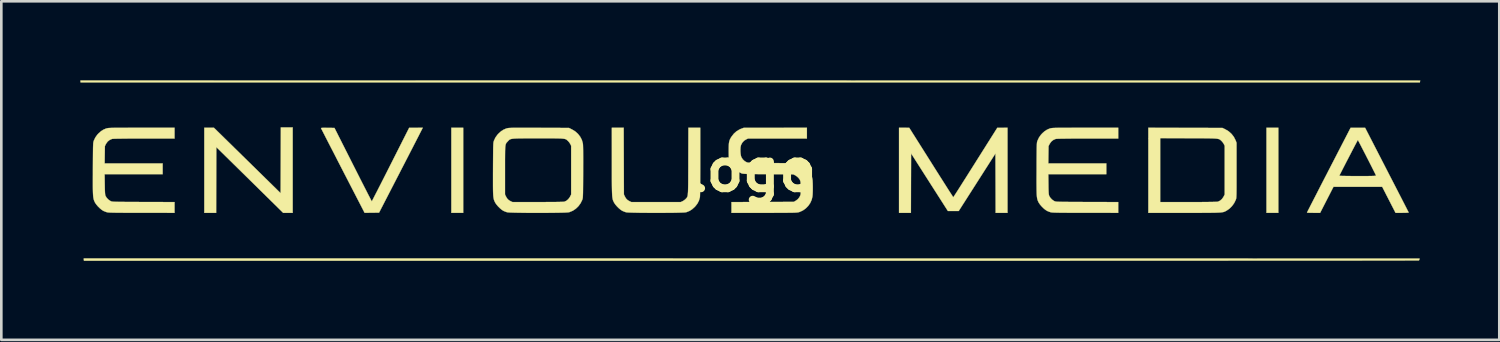
<source format=kicad_pcb>
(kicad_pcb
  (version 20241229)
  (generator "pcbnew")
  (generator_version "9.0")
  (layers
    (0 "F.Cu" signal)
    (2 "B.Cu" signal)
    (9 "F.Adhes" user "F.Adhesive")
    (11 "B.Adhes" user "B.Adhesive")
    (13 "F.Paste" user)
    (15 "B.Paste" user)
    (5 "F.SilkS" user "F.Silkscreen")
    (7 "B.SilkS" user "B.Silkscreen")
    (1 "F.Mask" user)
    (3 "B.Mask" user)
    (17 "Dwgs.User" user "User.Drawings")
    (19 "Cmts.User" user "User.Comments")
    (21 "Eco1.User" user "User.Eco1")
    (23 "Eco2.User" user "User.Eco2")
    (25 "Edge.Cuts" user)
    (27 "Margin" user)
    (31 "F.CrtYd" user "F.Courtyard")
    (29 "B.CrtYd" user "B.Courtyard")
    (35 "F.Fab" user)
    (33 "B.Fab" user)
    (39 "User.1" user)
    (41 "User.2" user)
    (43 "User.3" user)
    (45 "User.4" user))
  (footprint "logo"
    (layer "F.Cu")
    (at 25.466 3.411)
    (property "Reference" "logo" (at 0 0 0) (layer "F.SilkS") (effects (font (size 1.524 1.524) (thickness 0.3))))
    (attr through_hole)
    (fp_poly (pts (xy -10.922 1.623) (xy -11.374 1.623) (xy -11.374 -1.609) (xy -10.922 -1.609) (xy -10.922 1.623)) (stroke (width 0.01) (type solid)) (fill yes) (layer "F.SilkS"))
    (fp_poly (pts (xy 20.038 1.623) (xy 19.586 1.623) (xy 19.586 -1.609) (xy 20.038 -1.609) (xy 20.038 1.623)) (stroke (width 0.01) (type solid)) (fill yes) (layer "F.SilkS"))
    (fp_poly (pts (xy -17.399 1.623) (xy -17.762 1.623) (xy -19.03 0.375) (xy -20.299 -0.873) (xy -20.302 0.375) (xy -20.306 1.623) (xy -20.757 1.623) (xy -20.757 -1.609) (xy -20.391 -1.609) (xy -19.124 -0.367) (xy -17.858 0.875) (xy -17.85 -1.623) (xy -17.399 -1.623) (xy -17.399 1.623)) (stroke (width 0.01) (type solid)) (fill yes) (layer "F.SilkS"))
    (fp_poly (pts (xy 9.751 1.623) (xy 9.299 1.623) (xy 9.296 0.496) (xy 9.292 -0.63) (xy 7.898 1.552) (xy 7.485 1.552) (xy 6.787 0.46) (xy 6.089 -0.633) (xy 6.085 0.495) (xy 6.082 1.623) (xy 5.63 1.623) (xy 5.63 -1.609) (xy 6.018 -1.608) (xy 6.851 -0.289) (xy 6.961 -0.114) (xy 7.068 0.055) (xy 7.169 0.215) (xy 7.265 0.365) (xy 7.353 0.504) (xy 7.433 0.63) (xy 7.504 0.742) (xy 7.565 0.837) (xy 7.616 0.915) (xy 7.654 0.974) (xy 7.679 1.013) (xy 7.691 1.03) (xy 7.691 1.03) (xy 7.7 1.018) (xy 7.722 0.984) (xy 7.758 0.929) (xy 7.806 0.855) (xy 7.865 0.763) (xy 7.934 0.655) (xy 8.012 0.532) (xy 8.098 0.396) (xy 8.192 0.248) (xy 8.292 0.089) (xy 8.398 -0.078) (xy 8.508 -0.252) (xy 8.531 -0.289) (xy 9.363 -1.608) (xy 9.557 -1.608) (xy 9.751 -1.609) (xy 9.751 1.623)) (stroke (width 0.01) (type solid)) (fill yes) (layer "F.SilkS"))
    (fp_poly (pts (xy -16.009 -3.406) (xy -15.385 -3.406) (xy -14.746 -3.406) (xy -14.092 -3.406) (xy -13.424 -3.406) (xy -12.741 -3.406) (xy -12.045 -3.405) (xy -11.336 -3.405) (xy -10.614 -3.405) (xy -9.88 -3.405) (xy -9.135 -3.405) (xy -8.378 -3.405) (xy -7.61 -3.405) (xy -6.832 -3.405) (xy -6.044 -3.405) (xy -5.246 -3.405) (xy -4.439 -3.405) (xy -3.624 -3.405) (xy -2.8 -3.405) (xy -1.969 -3.405) (xy -1.13 -3.404) (xy -0.285 -3.404) (xy -0.009 -3.404) (xy 25.424 -3.401) (xy 25.411 -3.33) (xy -25.453 -3.33) (xy -25.46 -3.365) (xy -25.461 -3.393) (xy -25.454 -3.404) (xy -25.44 -3.404) (xy -25.398 -3.404) (xy -25.328 -3.404) (xy -25.232 -3.404) (xy -25.109 -3.404) (xy -24.96 -3.405) (xy -24.786 -3.405) (xy -24.586 -3.405) (xy -24.362 -3.405) (xy -24.113 -3.405) (xy -23.841 -3.405) (xy -23.546 -3.405) (xy -23.227 -3.405) (xy -22.887 -3.405) (xy -22.524 -3.405) (xy -22.139 -3.405) (xy -21.734 -3.405) (xy -21.308 -3.405) (xy -20.862 -3.405) (xy -20.396 -3.406) (xy -19.91 -3.406) (xy -19.406 -3.406) (xy -18.883 -3.406) (xy -18.343 -3.406) (xy -17.784 -3.406) (xy -17.209 -3.406) (xy -16.617 -3.406) (xy -16.009 -3.406)) (stroke (width 0.01) (type solid)) (fill yes) (layer "F.SilkS"))
    (fp_poly (pts (xy -12.684 -1.168) (xy -12.725 -1.088) (xy -12.778 -0.986) (xy -12.84 -0.864) (xy -12.912 -0.725) (xy -12.99 -0.573) (xy -13.075 -0.408) (xy -13.164 -0.235) (xy -13.257 -0.056) (xy -13.35 0.126) (xy -13.445 0.309) (xy -13.515 0.445) (xy -14.119 1.616) (xy -14.394 1.619) (xy -14.668 1.622) (xy -15.494 0.022) (xy -15.596 -0.177) (xy -15.695 -0.368) (xy -15.789 -0.552) (xy -15.878 -0.725) (xy -15.962 -0.887) (xy -16.039 -1.036) (xy -16.108 -1.171) (xy -16.169 -1.29) (xy -16.221 -1.392) (xy -16.263 -1.474) (xy -16.295 -1.536) (xy -16.316 -1.577) (xy -16.324 -1.594) (xy -16.324 -1.594) (xy -16.315 -1.6) (xy -16.283 -1.604) (xy -16.227 -1.606) (xy -16.144 -1.606) (xy -16.071 -1.605) (xy -15.812 -1.602) (xy -15.108 -0.208) (xy -15.014 -0.023) (xy -14.924 0.155) (xy -14.839 0.324) (xy -14.758 0.483) (xy -14.683 0.629) (xy -14.615 0.762) (xy -14.555 0.88) (xy -14.503 0.981) (xy -14.46 1.064) (xy -14.428 1.126) (xy -14.406 1.167) (xy -14.396 1.185) (xy -14.395 1.185) (xy -14.388 1.173) (xy -14.368 1.137) (xy -14.338 1.079) (xy -14.298 1) (xy -14.248 0.903) (xy -14.189 0.789) (xy -14.123 0.659) (xy -14.049 0.515) (xy -13.97 0.359) (xy -13.885 0.192) (xy -13.796 0.016) (xy -13.703 -0.168) (xy -13.681 -0.211) (xy -12.975 -1.608) (xy -12.717 -1.608) (xy -12.458 -1.609) (xy -12.684 -1.168)) (stroke (width 0.01) (type solid)) (fill yes) (layer "F.SilkS"))
    (fp_poly (pts (xy 16.506 -1.605) (xy 17.914 -1.602) (xy 18.024 -1.549) (xy 18.149 -1.474) (xy 18.258 -1.377) (xy 18.347 -1.262) (xy 18.414 -1.132) (xy 18.418 -1.121) (xy 18.45 -1.037) (xy 18.45 0.007) (xy 18.45 0.204) (xy 18.45 0.374) (xy 18.45 0.52) (xy 18.45 0.644) (xy 18.449 0.748) (xy 18.448 0.834) (xy 18.447 0.904) (xy 18.445 0.96) (xy 18.443 1.005) (xy 18.441 1.039) (xy 18.438 1.066) (xy 18.434 1.086) (xy 18.429 1.104) (xy 18.424 1.119) (xy 18.419 1.132) (xy 18.361 1.251) (xy 18.282 1.361) (xy 18.188 1.457) (xy 18.083 1.532) (xy 18.067 1.541) (xy 18.043 1.554) (xy 18.021 1.566) (xy 17.999 1.576) (xy 17.975 1.585) (xy 17.948 1.593) (xy 17.915 1.599) (xy 17.876 1.605) (xy 17.828 1.61) (xy 17.769 1.613) (xy 17.699 1.616) (xy 17.614 1.619) (xy 17.513 1.62) (xy 17.395 1.621) (xy 17.258 1.622) (xy 17.099 1.623) (xy 16.918 1.623) (xy 16.712 1.623) (xy 16.48 1.623) (xy 15.099 1.623) (xy 15.099 1.214) (xy 15.55 1.214) (xy 16.619 1.213) (xy 16.845 1.213) (xy 17.047 1.213) (xy 17.224 1.212) (xy 17.376 1.21) (xy 17.503 1.209) (xy 17.604 1.206) (xy 17.677 1.204) (xy 17.724 1.201) (xy 17.741 1.199) (xy 17.817 1.164) (xy 17.887 1.107) (xy 17.944 1.032) (xy 17.956 1.009) (xy 17.999 0.926) (xy 17.999 -0.924) (xy 17.966 -0.991) (xy 17.934 -1.042) (xy 17.893 -1.092) (xy 17.876 -1.109) (xy 17.857 -1.126) (xy 17.84 -1.142) (xy 17.823 -1.155) (xy 17.805 -1.166) (xy 17.783 -1.176) (xy 17.756 -1.184) (xy 17.721 -1.19) (xy 17.676 -1.196) (xy 17.62 -1.2) (xy 17.551 -1.203) (xy 17.466 -1.205) (xy 17.363 -1.207) (xy 17.241 -1.208) (xy 17.098 -1.209) (xy 16.932 -1.209) (xy 16.74 -1.21) (xy 16.633 -1.21) (xy 15.55 -1.214) (xy 15.55 1.214) (xy 15.099 1.214) (xy 15.099 -1.609) (xy 16.506 -1.605)) (stroke (width 0.01) (type solid)) (fill yes) (layer "F.SilkS"))
    (fp_poly (pts (xy -4.823 -0.342) (xy -4.819 0.924) (xy -4.786 0.995) (xy -4.74 1.076) (xy -4.681 1.136) (xy -4.607 1.18) (xy -4.537 1.213) (xy -2.66 1.213) (xy -2.589 1.18) (xy -2.538 1.15) (xy -2.489 1.111) (xy -2.471 1.093) (xy -2.455 1.076) (xy -2.442 1.061) (xy -2.429 1.046) (xy -2.419 1.029) (xy -2.41 1.01) (xy -2.402 0.985) (xy -2.396 0.953) (xy -2.391 0.913) (xy -2.387 0.862) (xy -2.383 0.799) (xy -2.381 0.722) (xy -2.379 0.63) (xy -2.377 0.519) (xy -2.376 0.389) (xy -2.376 0.238) (xy -2.375 0.064) (xy -2.374 -0.135) (xy -2.374 -0.335) (xy -2.37 -1.609) (xy -1.919 -1.609) (xy -1.919 -0.327) (xy -1.919 -0.065) (xy -1.92 0.169) (xy -1.921 0.375) (xy -1.922 0.553) (xy -1.923 0.704) (xy -1.925 0.827) (xy -1.928 0.922) (xy -1.93 0.99) (xy -1.933 1.031) (xy -1.934 1.038) (xy -1.97 1.162) (xy -2.03 1.277) (xy -2.117 1.386) (xy -2.137 1.406) (xy -2.228 1.487) (xy -2.32 1.547) (xy -2.421 1.589) (xy -2.465 1.602) (xy -2.496 1.606) (xy -2.553 1.61) (xy -2.632 1.613) (xy -2.731 1.616) (xy -2.847 1.619) (xy -2.977 1.621) (xy -3.119 1.622) (xy -3.269 1.623) (xy -3.425 1.624) (xy -3.585 1.624) (xy -3.744 1.624) (xy -3.902 1.623) (xy -4.053 1.622) (xy -4.197 1.621) (xy -4.33 1.618) (xy -4.45 1.616) (xy -4.553 1.613) (xy -4.636 1.61) (xy -4.698 1.606) (xy -4.735 1.602) (xy -4.74 1.6) (xy -4.799 1.581) (xy -4.862 1.555) (xy -4.888 1.542) (xy -4.948 1.502) (xy -5.015 1.446) (xy -5.081 1.38) (xy -5.141 1.311) (xy -5.185 1.247) (xy -5.196 1.227) (xy -5.21 1.2) (xy -5.221 1.175) (xy -5.232 1.15) (xy -5.241 1.122) (xy -5.248 1.09) (xy -5.255 1.052) (xy -5.26 1.007) (xy -5.265 0.952) (xy -5.268 0.886) (xy -5.271 0.807) (xy -5.273 0.713) (xy -5.275 0.602) (xy -5.276 0.472) (xy -5.277 0.322) (xy -5.277 0.15) (xy -5.277 -0.047) (xy -5.277 -0.269) (xy -5.277 -0.328) (xy -5.278 -1.609) (xy -4.827 -1.609) (xy -4.823 -0.342)) (stroke (width 0.01) (type solid)) (fill yes) (layer "F.SilkS"))
    (fp_poly (pts (xy 23.058 -1.608) (xy 23.333 -1.608) (xy 24.158 -0.005) (xy 24.26 0.194) (xy 24.359 0.385) (xy 24.454 0.569) (xy 24.543 0.742) (xy 24.626 0.904) (xy 24.703 1.053) (xy 24.772 1.188) (xy 24.833 1.307) (xy 24.885 1.408) (xy 24.927 1.491) (xy 24.959 1.553) (xy 24.98 1.593) (xy 24.988 1.61) (xy 24.988 1.61) (xy 24.977 1.614) (xy 24.941 1.618) (xy 24.885 1.621) (xy 24.813 1.622) (xy 24.741 1.623) (xy 24.489 1.623) (xy 24.235 1.129) (xy 23.982 0.635) (xy 22.131 0.635) (xy 21.878 1.129) (xy 21.625 1.623) (xy 21.375 1.623) (xy 21.294 1.622) (xy 21.224 1.621) (xy 21.17 1.619) (xy 21.135 1.616) (xy 21.124 1.614) (xy 21.131 1.6) (xy 21.149 1.563) (xy 21.179 1.504) (xy 21.22 1.424) (xy 21.27 1.326) (xy 21.33 1.209) (xy 21.398 1.077) (xy 21.474 0.93) (xy 21.556 0.769) (xy 21.644 0.597) (xy 21.738 0.415) (xy 21.836 0.225) (xy 21.843 0.213) (xy 22.354 0.213) (xy 22.367 0.216) (xy 22.406 0.218) (xy 22.47 0.221) (xy 22.555 0.222) (xy 22.662 0.224) (xy 22.787 0.225) (xy 22.929 0.226) (xy 23.05 0.226) (xy 23.212 0.226) (xy 23.347 0.225) (xy 23.458 0.225) (xy 23.548 0.224) (xy 23.618 0.222) (xy 23.67 0.22) (xy 23.707 0.218) (xy 23.73 0.215) (xy 23.743 0.211) (xy 23.747 0.207) (xy 23.747 0.206) (xy 23.739 0.189) (xy 23.721 0.15) (xy 23.692 0.092) (xy 23.655 0.018) (xy 23.611 -0.069) (xy 23.562 -0.167) (xy 23.508 -0.273) (xy 23.452 -0.383) (xy 23.394 -0.496) (xy 23.337 -0.608) (xy 23.281 -0.716) (xy 23.228 -0.819) (xy 23.18 -0.912) (xy 23.138 -0.993) (xy 23.103 -1.059) (xy 23.077 -1.108) (xy 23.061 -1.136) (xy 23.057 -1.143) (xy 23.049 -1.131) (xy 23.031 -1.096) (xy 23.002 -1.042) (xy 22.965 -0.972) (xy 22.92 -0.887) (xy 22.87 -0.791) (xy 22.816 -0.687) (xy 22.759 -0.577) (xy 22.701 -0.465) (xy 22.642 -0.352) (xy 22.586 -0.243) (xy 22.532 -0.138) (xy 22.483 -0.043) (xy 22.44 0.042) (xy 22.404 0.113) (xy 22.376 0.167) (xy 22.359 0.202) (xy 22.354 0.213) (xy 21.843 0.213) (xy 21.938 0.027) (xy 21.953 -0.002) (xy 22.782 -1.608) (xy 23.058 -1.608)) (stroke (width 0.01) (type solid)) (fill yes) (layer "F.SilkS"))
    (fp_poly (pts (xy -18.764 3.353) (xy -18.223 3.353) (xy -17.665 3.353) (xy -17.09 3.353) (xy -16.499 3.353) (xy -15.891 3.353) (xy -15.267 3.353) (xy -14.629 3.353) (xy -13.975 3.353) (xy -13.307 3.354) (xy -12.625 3.354) (xy -11.929 3.354) (xy -11.221 3.354) (xy -10.499 3.354) (xy -9.766 3.354) (xy -9.021 3.354) (xy -8.265 3.354) (xy -7.497 3.354) (xy -6.72 3.354) (xy -5.932 3.354) (xy -5.135 3.354) (xy -4.329 3.354) (xy -3.514 3.354) (xy -2.691 3.355) (xy -1.861 3.355) (xy -1.023 3.355) (xy -0.178 3.355) (xy 0.039 3.355) (xy 25.4 3.358) (xy 25.396 3.39) (xy 25.385 3.419) (xy 25.372 3.432) (xy 25.357 3.432) (xy 25.315 3.432) (xy 25.245 3.432) (xy 25.148 3.433) (xy 25.025 3.433) (xy 24.876 3.433) (xy 24.701 3.434) (xy 24.501 3.434) (xy 24.277 3.434) (xy 24.028 3.435) (xy 23.756 3.435) (xy 23.46 3.435) (xy 23.141 3.436) (xy 22.8 3.436) (xy 22.437 3.436) (xy 22.053 3.436) (xy 21.647 3.437) (xy 21.221 3.437) (xy 20.774 3.437) (xy 20.308 3.437) (xy 19.823 3.438) (xy 19.318 3.438) (xy 18.796 3.438) (xy 18.255 3.438) (xy 17.697 3.439) (xy 17.122 3.439) (xy 16.53 3.439) (xy 15.922 3.439) (xy 15.298 3.44) (xy 14.659 3.44) (xy 14.005 3.44) (xy 13.337 3.44) (xy 12.655 3.44) (xy 11.959 3.441) (xy 11.25 3.441) (xy 10.529 3.441) (xy 9.795 3.441) (xy 9.05 3.441) (xy 8.294 3.441) (xy 7.526 3.441) (xy 6.749 3.442) (xy 5.961 3.442) (xy 5.164 3.442) (xy 4.358 3.442) (xy 3.543 3.442) (xy 2.721 3.442) (xy 1.89 3.442) (xy 1.052 3.442) (xy 0.208 3.442) (xy 0.012 3.442) (xy -25.326 3.443) (xy -25.333 3.4) (xy -25.335 3.369) (xy -25.331 3.354) (xy -25.331 3.354) (xy -25.316 3.354) (xy -25.274 3.354) (xy -25.205 3.354) (xy -25.108 3.354) (xy -24.986 3.354) (xy -24.837 3.354) (xy -24.663 3.354) (xy -24.463 3.354) (xy -24.239 3.354) (xy -23.991 3.354) (xy -23.719 3.354) (xy -23.424 3.353) (xy -23.106 3.353) (xy -22.765 3.353) (xy -22.402 3.353) (xy -22.018 3.353) (xy -21.613 3.353) (xy -21.187 3.353) (xy -20.741 3.353) (xy -20.275 3.353) (xy -19.79 3.353) (xy -19.286 3.353) (xy -18.764 3.353)) (stroke (width 0.01) (type solid)) (fill yes) (layer "F.SilkS"))
    (fp_poly (pts (xy -21.886 -1.199) (xy -23.047 -1.199) (xy -23.279 -1.199) (xy -23.488 -1.199) (xy -23.673 -1.198) (xy -23.835 -1.196) (xy -23.971 -1.195) (xy -24.082 -1.193) (xy -24.167 -1.191) (xy -24.226 -1.188) (xy -24.257 -1.186) (xy -24.26 -1.185) (xy -24.349 -1.146) (xy -24.426 -1.085) (xy -24.484 -1.006) (xy -24.49 -0.996) (xy -24.532 -0.912) (xy -24.537 -0.583) (xy -24.541 -0.254) (xy -22.338 -0.254) (xy -22.338 0.155) (xy -24.542 0.155) (xy -24.537 0.54) (xy -24.535 0.657) (xy -24.533 0.751) (xy -24.53 0.822) (xy -24.527 0.877) (xy -24.523 0.917) (xy -24.518 0.947) (xy -24.511 0.97) (xy -24.506 0.981) (xy -24.463 1.052) (xy -24.4 1.118) (xy -24.329 1.168) (xy -24.313 1.176) (xy -24.302 1.182) (xy -24.289 1.186) (xy -24.275 1.191) (xy -24.256 1.194) (xy -24.23 1.197) (xy -24.197 1.2) (xy -24.153 1.202) (xy -24.098 1.203) (xy -24.029 1.205) (xy -23.944 1.206) (xy -23.842 1.207) (xy -23.721 1.208) (xy -23.578 1.209) (xy -23.412 1.209) (xy -23.221 1.21) (xy -23.068 1.21) (xy -21.886 1.214) (xy -21.886 1.623) (xy -23.132 1.622) (xy -23.354 1.622) (xy -23.549 1.621) (xy -23.72 1.621) (xy -23.868 1.62) (xy -23.994 1.619) (xy -24.101 1.618) (xy -24.191 1.617) (xy -24.264 1.615) (xy -24.323 1.613) (xy -24.369 1.611) (xy -24.404 1.608) (xy -24.43 1.605) (xy -24.449 1.601) (xy -24.453 1.6) (xy -24.512 1.581) (xy -24.575 1.555) (xy -24.601 1.542) (xy -24.661 1.502) (xy -24.728 1.446) (xy -24.795 1.38) (xy -24.854 1.311) (xy -24.899 1.247) (xy -24.91 1.227) (xy -24.925 1.196) (xy -24.938 1.167) (xy -24.949 1.136) (xy -24.959 1.103) (xy -24.967 1.065) (xy -24.974 1.02) (xy -24.979 0.966) (xy -24.983 0.9) (xy -24.986 0.821) (xy -24.988 0.727) (xy -24.989 0.615) (xy -24.989 0.483) (xy -24.989 0.329) (xy -24.988 0.151) (xy -24.988 -0.048) (xy -24.987 -0.239) (xy -24.986 -0.404) (xy -24.985 -0.544) (xy -24.984 -0.663) (xy -24.983 -0.763) (xy -24.982 -0.844) (xy -24.98 -0.91) (xy -24.978 -0.963) (xy -24.976 -1.004) (xy -24.973 -1.036) (xy -24.969 -1.06) (xy -24.965 -1.08) (xy -24.96 -1.097) (xy -24.954 -1.113) (xy -24.952 -1.121) (xy -24.896 -1.238) (xy -24.823 -1.342) (xy -24.762 -1.406) (xy -24.677 -1.48) (xy -24.593 -1.534) (xy -24.499 -1.575) (xy -24.484 -1.58) (xy -24.469 -1.585) (xy -24.453 -1.589) (xy -24.434 -1.593) (xy -24.412 -1.596) (xy -24.383 -1.599) (xy -24.346 -1.601) (xy -24.299 -1.603) (xy -24.24 -1.605) (xy -24.168 -1.606) (xy -24.081 -1.607) (xy -23.976 -1.608) (xy -23.852 -1.608) (xy -23.707 -1.608) (xy -23.539 -1.609) (xy -23.347 -1.609) (xy -23.143 -1.609) (xy -21.886 -1.609) (xy -21.886 -1.199)) (stroke (width 0.01) (type solid)) (fill yes) (layer "F.SilkS"))
    (fp_poly (pts (xy 13.956 -1.199) (xy 12.795 -1.199) (xy 12.563 -1.199) (xy 12.354 -1.199) (xy 12.169 -1.198) (xy 12.008 -1.196) (xy 11.871 -1.195) (xy 11.76 -1.193) (xy 11.675 -1.191) (xy 11.617 -1.188) (xy 11.586 -1.186) (xy 11.583 -1.185) (xy 11.493 -1.146) (xy 11.416 -1.085) (xy 11.358 -1.006) (xy 11.353 -0.996) (xy 11.31 -0.912) (xy 11.305 -0.583) (xy 11.301 -0.254) (xy 13.504 -0.254) (xy 13.504 0.155) (xy 11.301 0.155) (xy 11.306 0.54) (xy 11.307 0.657) (xy 11.309 0.751) (xy 11.312 0.822) (xy 11.315 0.877) (xy 11.319 0.917) (xy 11.325 0.947) (xy 11.331 0.97) (xy 11.336 0.981) (xy 11.38 1.052) (xy 11.442 1.118) (xy 11.513 1.168) (xy 11.529 1.176) (xy 11.54 1.182) (xy 11.553 1.186) (xy 11.568 1.191) (xy 11.587 1.194) (xy 11.612 1.197) (xy 11.645 1.2) (xy 11.689 1.202) (xy 11.744 1.203) (xy 11.813 1.205) (xy 11.898 1.206) (xy 12 1.207) (xy 12.122 1.208) (xy 12.264 1.209) (xy 12.43 1.209) (xy 12.621 1.21) (xy 12.774 1.21) (xy 13.956 1.214) (xy 13.956 1.623) (xy 12.711 1.622) (xy 12.489 1.622) (xy 12.293 1.621) (xy 12.122 1.621) (xy 11.974 1.62) (xy 11.848 1.619) (xy 11.741 1.618) (xy 11.652 1.617) (xy 11.578 1.615) (xy 11.52 1.613) (xy 11.473 1.611) (xy 11.438 1.608) (xy 11.412 1.605) (xy 11.393 1.601) (xy 11.389 1.6) (xy 11.33 1.581) (xy 11.267 1.555) (xy 11.241 1.542) (xy 11.181 1.502) (xy 11.114 1.446) (xy 11.048 1.38) (xy 10.988 1.311) (xy 10.944 1.247) (xy 10.932 1.227) (xy 10.917 1.196) (xy 10.904 1.167) (xy 10.893 1.136) (xy 10.883 1.103) (xy 10.875 1.065) (xy 10.869 1.02) (xy 10.863 0.966) (xy 10.859 0.9) (xy 10.857 0.821) (xy 10.855 0.727) (xy 10.854 0.615) (xy 10.853 0.483) (xy 10.853 0.329) (xy 10.854 0.151) (xy 10.855 -0.048) (xy 10.855 -0.239) (xy 10.856 -0.404) (xy 10.857 -0.544) (xy 10.858 -0.663) (xy 10.859 -0.763) (xy 10.86 -0.844) (xy 10.862 -0.91) (xy 10.864 -0.963) (xy 10.867 -1.004) (xy 10.869 -1.036) (xy 10.873 -1.06) (xy 10.877 -1.08) (xy 10.882 -1.097) (xy 10.888 -1.113) (xy 10.891 -1.121) (xy 10.946 -1.238) (xy 11.02 -1.342) (xy 11.08 -1.406) (xy 11.165 -1.48) (xy 11.249 -1.534) (xy 11.343 -1.575) (xy 11.358 -1.58) (xy 11.373 -1.585) (xy 11.389 -1.589) (xy 11.408 -1.593) (xy 11.431 -1.596) (xy 11.46 -1.599) (xy 11.497 -1.601) (xy 11.543 -1.603) (xy 11.602 -1.605) (xy 11.674 -1.606) (xy 11.762 -1.607) (xy 11.866 -1.608) (xy 11.99 -1.608) (xy 12.135 -1.608) (xy 12.303 -1.609) (xy 12.495 -1.609) (xy 12.7 -1.609) (xy 13.956 -1.609) (xy 13.956 -1.199)) (stroke (width 0.01) (type solid)) (fill yes) (layer "F.SilkS"))
    (fp_poly (pts (xy 2.131 -1.199) (xy 1.012 -1.199) (xy -0.106 -1.199) (xy -0.177 -1.166) (xy -0.256 -1.115) (xy -0.322 -1.043) (xy -0.367 -0.959) (xy -0.376 -0.934) (xy -0.389 -0.867) (xy -0.394 -0.786) (xy -0.393 -0.698) (xy -0.386 -0.613) (xy -0.373 -0.539) (xy -0.358 -0.494) (xy -0.306 -0.411) (xy -0.233 -0.342) (xy -0.169 -0.305) (xy -0.156 -0.299) (xy -0.142 -0.294) (xy -0.125 -0.289) (xy -0.102 -0.286) (xy -0.072 -0.283) (xy -0.033 -0.28) (xy 0.019 -0.278) (xy 0.083 -0.276) (xy 0.164 -0.275) (xy 0.263 -0.273) (xy 0.382 -0.272) (xy 0.523 -0.271) (xy 0.689 -0.269) (xy 0.84 -0.268) (xy 1.026 -0.267) (xy 1.186 -0.265) (xy 1.323 -0.264) (xy 1.437 -0.263) (xy 1.533 -0.261) (xy 1.611 -0.26) (xy 1.673 -0.258) (xy 1.723 -0.256) (xy 1.762 -0.253) (xy 1.792 -0.25) (xy 1.815 -0.246) (xy 1.834 -0.241) (xy 1.851 -0.236) (xy 1.868 -0.23) (xy 1.87 -0.229) (xy 1.995 -0.168) (xy 2.106 -0.085) (xy 2.199 0.017) (xy 2.272 0.132) (xy 2.322 0.259) (xy 2.342 0.357) (xy 2.349 0.429) (xy 2.353 0.521) (xy 2.355 0.625) (xy 2.355 0.733) (xy 2.353 0.837) (xy 2.349 0.93) (xy 2.342 1.002) (xy 2.312 1.129) (xy 2.258 1.249) (xy 2.182 1.359) (xy 2.088 1.454) (xy 1.979 1.532) (xy 1.86 1.587) (xy 1.813 1.601) (xy 1.795 1.605) (xy 1.772 1.608) (xy 1.742 1.611) (xy 1.702 1.614) (xy 1.652 1.616) (xy 1.59 1.618) (xy 1.513 1.619) (xy 1.42 1.62) (xy 1.308 1.621) (xy 1.177 1.622) (xy 1.025 1.622) (xy 0.849 1.623) (xy 0.648 1.623) (xy 0.498 1.623) (xy -0.734 1.623) (xy -0.734 1.214) (xy 0.448 1.21) (xy 1.63 1.206) (xy 1.688 1.175) (xy 1.773 1.116) (xy 1.84 1.039) (xy 1.868 0.988) (xy 1.879 0.961) (xy 1.887 0.934) (xy 1.893 0.899) (xy 1.896 0.853) (xy 1.897 0.79) (xy 1.898 0.704) (xy 1.898 0.684) (xy 1.897 0.584) (xy 1.894 0.507) (xy 1.888 0.448) (xy 1.877 0.402) (xy 1.86 0.363) (xy 1.836 0.327) (xy 1.804 0.289) (xy 1.8 0.285) (xy 1.755 0.244) (xy 1.703 0.207) (xy 1.682 0.195) (xy 1.616 0.162) (xy 0.663 0.155) (xy 0.474 0.153) (xy 0.312 0.152) (xy 0.173 0.151) (xy 0.056 0.149) (xy -0.041 0.148) (xy -0.12 0.146) (xy -0.183 0.144) (xy -0.233 0.141) (xy -0.272 0.138) (xy -0.301 0.135) (xy -0.324 0.131) (xy -0.341 0.127) (xy -0.352 0.123) (xy -0.485 0.056) (xy -0.602 -0.032) (xy -0.699 -0.138) (xy -0.775 -0.259) (xy -0.807 -0.333) (xy -0.817 -0.363) (xy -0.825 -0.393) (xy -0.831 -0.427) (xy -0.834 -0.471) (xy -0.837 -0.528) (xy -0.838 -0.603) (xy -0.839 -0.701) (xy -0.839 -0.72) (xy -0.838 -0.838) (xy -0.836 -0.933) (xy -0.831 -1.009) (xy -0.822 -1.072) (xy -0.808 -1.124) (xy -0.789 -1.172) (xy -0.764 -1.22) (xy -0.736 -1.265) (xy -0.644 -1.384) (xy -0.537 -1.479) (xy -0.416 -1.55) (xy -0.354 -1.575) (xy -0.261 -1.608) (xy 0.935 -1.608) (xy 2.131 -1.609) (xy 2.131 -1.199)) (stroke (width 0.01) (type solid)) (fill yes) (layer "F.SilkS"))
    (fp_poly (pts (xy -8.642 -1.607) (xy -8.494 -1.607) (xy -8.321 -1.606) (xy -8.124 -1.606) (xy -8.052 -1.606) (xy -6.905 -1.602) (xy -6.785 -1.542) (xy -6.666 -1.469) (xy -6.563 -1.376) (xy -6.479 -1.268) (xy -6.417 -1.149) (xy -6.38 -1.022) (xy -6.379 -1.016) (xy -6.375 -0.983) (xy -6.372 -0.928) (xy -6.37 -0.849) (xy -6.368 -0.747) (xy -6.367 -0.62) (xy -6.366 -0.468) (xy -6.366 -0.29) (xy -6.367 -0.084) (xy -6.367 0.064) (xy -6.368 0.254) (xy -6.369 0.419) (xy -6.37 0.56) (xy -6.371 0.679) (xy -6.372 0.778) (xy -6.373 0.859) (xy -6.375 0.925) (xy -6.377 0.977) (xy -6.379 1.018) (xy -6.382 1.05) (xy -6.386 1.075) (xy -6.39 1.095) (xy -6.395 1.111) (xy -6.4 1.127) (xy -6.402 1.132) (xy -6.464 1.258) (xy -6.546 1.37) (xy -6.645 1.466) (xy -6.758 1.542) (xy -6.881 1.593) (xy -6.908 1.601) (xy -6.939 1.605) (xy -6.996 1.609) (xy -7.075 1.613) (xy -7.174 1.616) (xy -7.291 1.618) (xy -7.422 1.62) (xy -7.564 1.622) (xy -7.716 1.623) (xy -7.874 1.624) (xy -8.035 1.624) (xy -8.198 1.624) (xy -8.358 1.624) (xy -8.513 1.623) (xy -8.662 1.621) (xy -8.8 1.619) (xy -8.925 1.617) (xy -9.034 1.614) (xy -9.125 1.611) (xy -9.195 1.607) (xy -9.241 1.603) (xy -9.255 1.6) (xy -9.315 1.581) (xy -9.378 1.555) (xy -9.404 1.542) (xy -9.464 1.502) (xy -9.53 1.446) (xy -9.597 1.38) (xy -9.656 1.311) (xy -9.701 1.247) (xy -9.712 1.227) (xy -9.727 1.196) (xy -9.74 1.167) (xy -9.752 1.136) (xy -9.761 1.103) (xy -9.769 1.065) (xy -9.776 1.02) (xy -9.781 0.966) (xy -9.785 0.9) (xy -9.788 0.821) (xy -9.79 0.727) (xy -9.791 0.615) (xy -9.791 0.483) (xy -9.791 0.329) (xy -9.791 0.151) (xy -9.79 -0.048) (xy -9.789 -0.239) (xy -9.789 -0.243) (xy -9.335 -0.243) (xy -9.335 -0.062) (xy -9.335 0) (xy -9.335 0.924) (xy -9.302 0.995) (xy -9.255 1.076) (xy -9.197 1.136) (xy -9.123 1.18) (xy -9.052 1.213) (xy -8.093 1.213) (xy -7.881 1.213) (xy -7.693 1.212) (xy -7.529 1.211) (xy -7.388 1.21) (xy -7.273 1.208) (xy -7.184 1.206) (xy -7.122 1.203) (xy -7.086 1.2) (xy -7.081 1.199) (xy -7.004 1.164) (xy -6.935 1.107) (xy -6.878 1.032) (xy -6.865 1.009) (xy -6.823 0.926) (xy -6.823 -0.924) (xy -6.856 -0.991) (xy -6.888 -1.042) (xy -6.929 -1.092) (xy -6.946 -1.109) (xy -6.966 -1.127) (xy -6.984 -1.143) (xy -7.001 -1.157) (xy -7.021 -1.169) (xy -7.044 -1.178) (xy -7.074 -1.186) (xy -7.111 -1.192) (xy -7.159 -1.197) (xy -7.22 -1.201) (xy -7.294 -1.203) (xy -7.386 -1.205) (xy -7.495 -1.206) (xy -7.626 -1.206) (xy -7.78 -1.207) (xy -7.958 -1.207) (xy -8.072 -1.206) (xy -8.269 -1.207) (xy -8.439 -1.206) (xy -8.586 -1.206) (xy -8.711 -1.205) (xy -8.815 -1.204) (xy -8.902 -1.201) (xy -8.973 -1.198) (xy -9.03 -1.193) (xy -9.075 -1.187) (xy -9.111 -1.179) (xy -9.139 -1.169) (xy -9.162 -1.157) (xy -9.181 -1.142) (xy -9.198 -1.125) (xy -9.216 -1.106) (xy -9.229 -1.092) (xy -9.249 -1.07) (xy -9.267 -1.051) (xy -9.282 -1.032) (xy -9.295 -1.012) (xy -9.305 -0.988) (xy -9.313 -0.958) (xy -9.32 -0.92) (xy -9.325 -0.871) (xy -9.329 -0.81) (xy -9.332 -0.734) (xy -9.333 -0.642) (xy -9.334 -0.531) (xy -9.335 -0.399) (xy -9.335 -0.243) (xy -9.789 -0.243) (xy -9.788 -0.404) (xy -9.787 -0.544) (xy -9.786 -0.663) (xy -9.785 -0.763) (xy -9.784 -0.844) (xy -9.782 -0.91) (xy -9.78 -0.963) (xy -9.778 -1.004) (xy -9.775 -1.036) (xy -9.772 -1.06) (xy -9.767 -1.08) (xy -9.762 -1.097) (xy -9.757 -1.113) (xy -9.754 -1.121) (xy -9.699 -1.238) (xy -9.625 -1.342) (xy -9.564 -1.406) (xy -9.48 -1.48) (xy -9.396 -1.533) (xy -9.303 -1.574) (xy -9.285 -1.58) (xy -9.269 -1.586) (xy -9.253 -1.59) (xy -9.234 -1.594) (xy -9.211 -1.597) (xy -9.182 -1.6) (xy -9.145 -1.602) (xy -9.098 -1.604) (xy -9.038 -1.606) (xy -8.965 -1.606) (xy -8.876 -1.607) (xy -8.769 -1.607) (xy -8.642 -1.607)) (stroke (width 0.01) (type solid)) (fill yes) (layer "F.SilkS")))
  (gr_rect
    (start -3 -3)
    (end 53.895 9.859)
    (stroke (width 0.1) (type default))
    (fill no)
    (layer "Edge.Cuts")))
</source>
